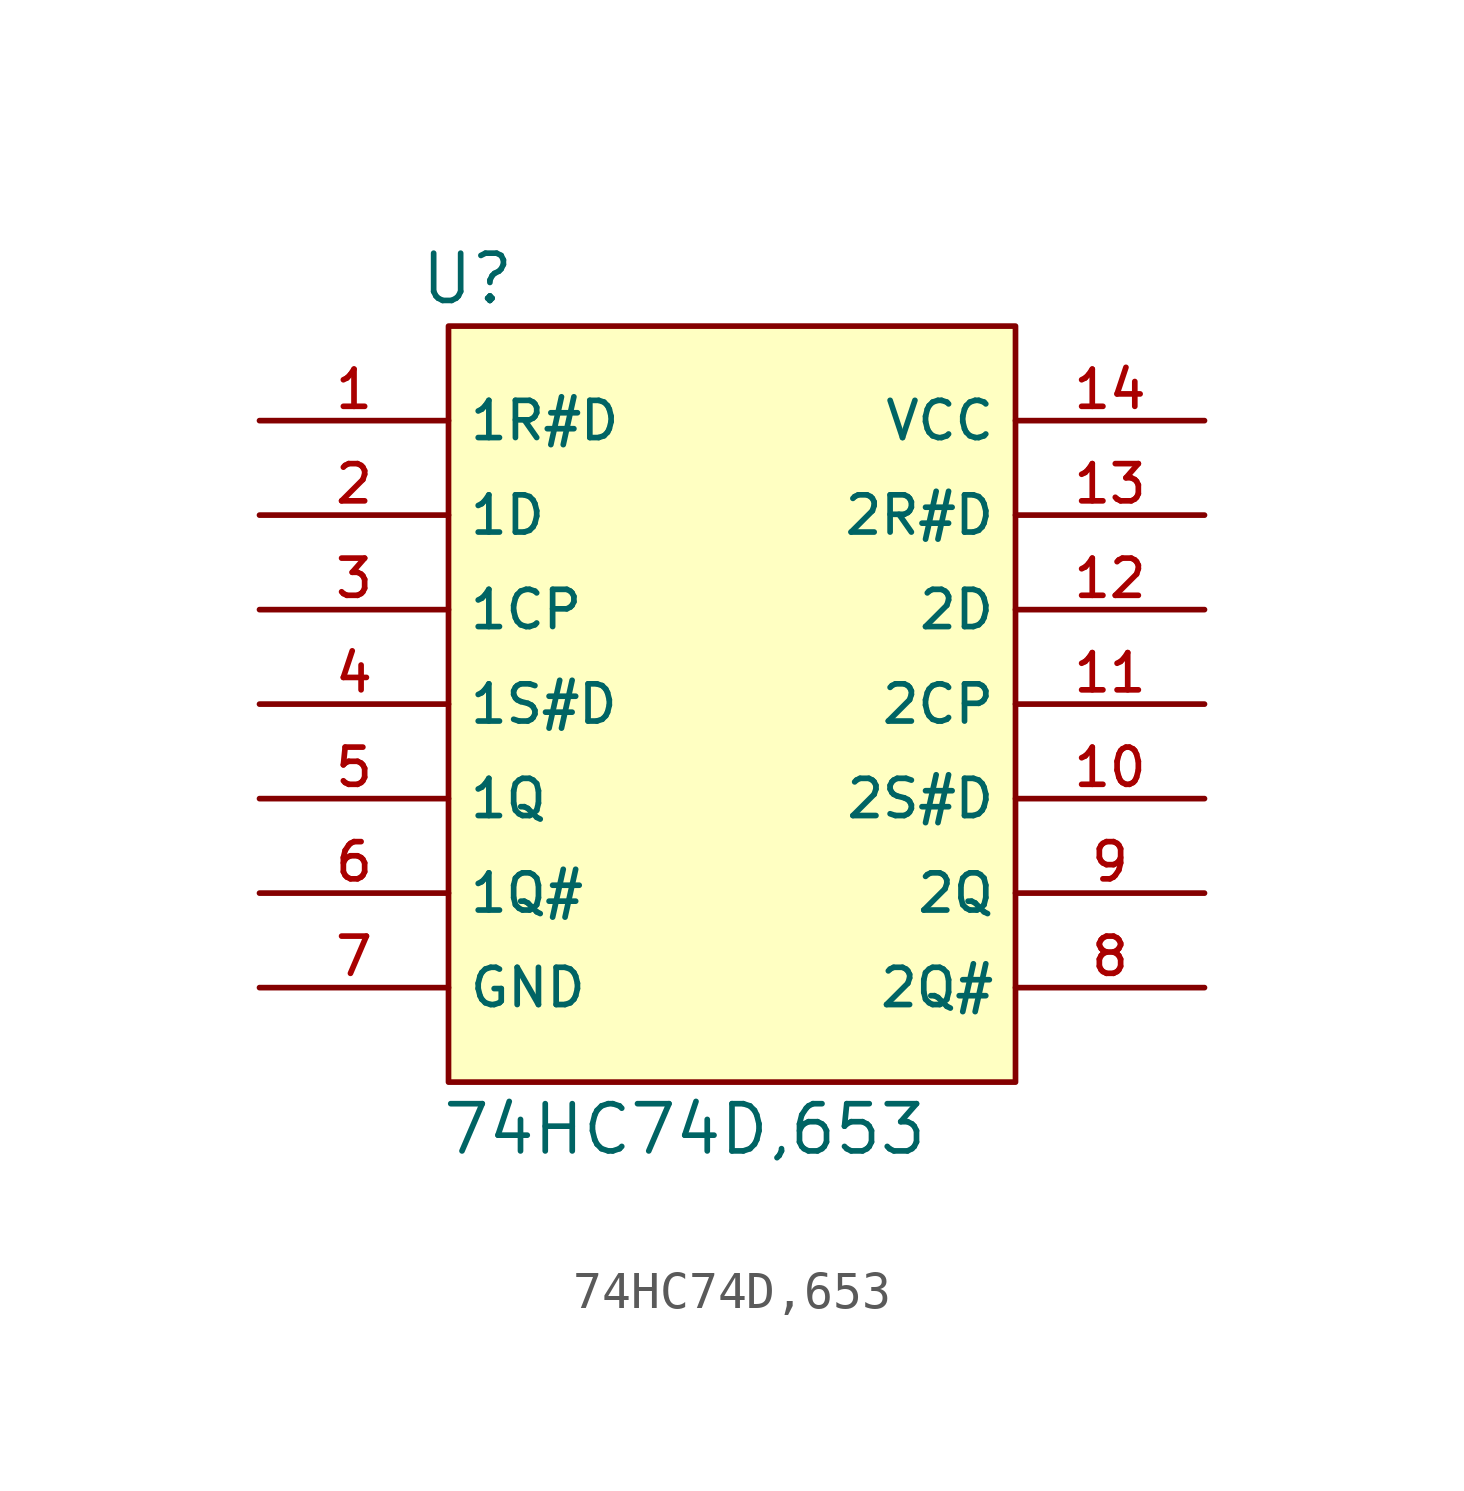
<source format=kicad_sym>
(kicad_symbol_lib
  (version 20220914)
  (generator kicad_symbol_editor)
  (symbol "74HC74D,653"
    (property "Reference" "U"
      (at -6.858 11.557 0)
      (effects (font (size 1.27 1.27))))
    (property "Value" "74HC74D,653"
      (at -1.016 -11.303 0)
      (effects (font (size 1.27 1.27))))
    (symbol "74HC74D,653_0_1"
      (rectangle (start -7.366 10.287) (end 7.874 -10.033) (stroke (width 0) (type default)) (fill (type background)))
      (pin unspecified line (at -12.446 7.747 0) (length 5.08) (name "1R#D" (effects (font (size 1 1)))) (number "1" (effects (font (size 1 1)))))
      (pin unspecified line (at 12.954 -2.413 180) (length 5.08) (name "2S#D" (effects (font (size 1 1)))) (number "10" (effects (font (size 1 1)))))
      (pin unspecified line (at 12.954 0.127 180) (length 5.08) (name "2CP" (effects (font (size 1 1)))) (number "11" (effects (font (size 1 1)))))
      (pin unspecified line (at 12.954 2.667 180) (length 5.08) (name "2D" (effects (font (size 1 1)))) (number "12" (effects (font (size 1 1)))))
      (pin unspecified line (at 12.954 5.207 180) (length 5.08) (name "2R#D" (effects (font (size 1 1)))) (number "13" (effects (font (size 1 1)))))
      (pin unspecified line (at 12.954 7.747 180) (length 5.08) (name "VCC" (effects (font (size 1 1)))) (number "14" (effects (font (size 1 1)))))
      (pin unspecified line (at -12.446 5.207 0) (length 5.08) (name "1D" (effects (font (size 1 1)))) (number "2" (effects (font (size 1 1)))))
      (pin unspecified line (at -12.446 2.667 0) (length 5.08) (name "1CP" (effects (font (size 1 1)))) (number "3" (effects (font (size 1 1)))))
      (pin unspecified line (at -12.446 0.127 0) (length 5.08) (name "1S#D" (effects (font (size 1 1)))) (number "4" (effects (font (size 1 1)))))
      (pin unspecified line (at -12.446 -2.413 0) (length 5.08) (name "1Q" (effects (font (size 1 1)))) (number "5" (effects (font (size 1 1)))))
      (pin unspecified line (at -12.446 -4.953 0) (length 5.08) (name "1Q#" (effects (font (size 1 1)))) (number "6" (effects (font (size 1 1)))))
      (pin unspecified line (at -12.446 -7.493 0) (length 5.08) (name "GND" (effects (font (size 1 1)))) (number "7" (effects (font (size 1 1)))))
      (pin unspecified line (at 12.954 -7.493 180) (length 5.08) (name "2Q#" (effects (font (size 1 1)))) (number "8" (effects (font (size 1 1)))))
      (pin unspecified line (at 12.954 -4.953 180) (length 5.08) (name "2Q" (effects (font (size 1 1)))) (number "9" (effects (font (size 1 1))))))))
</source>
